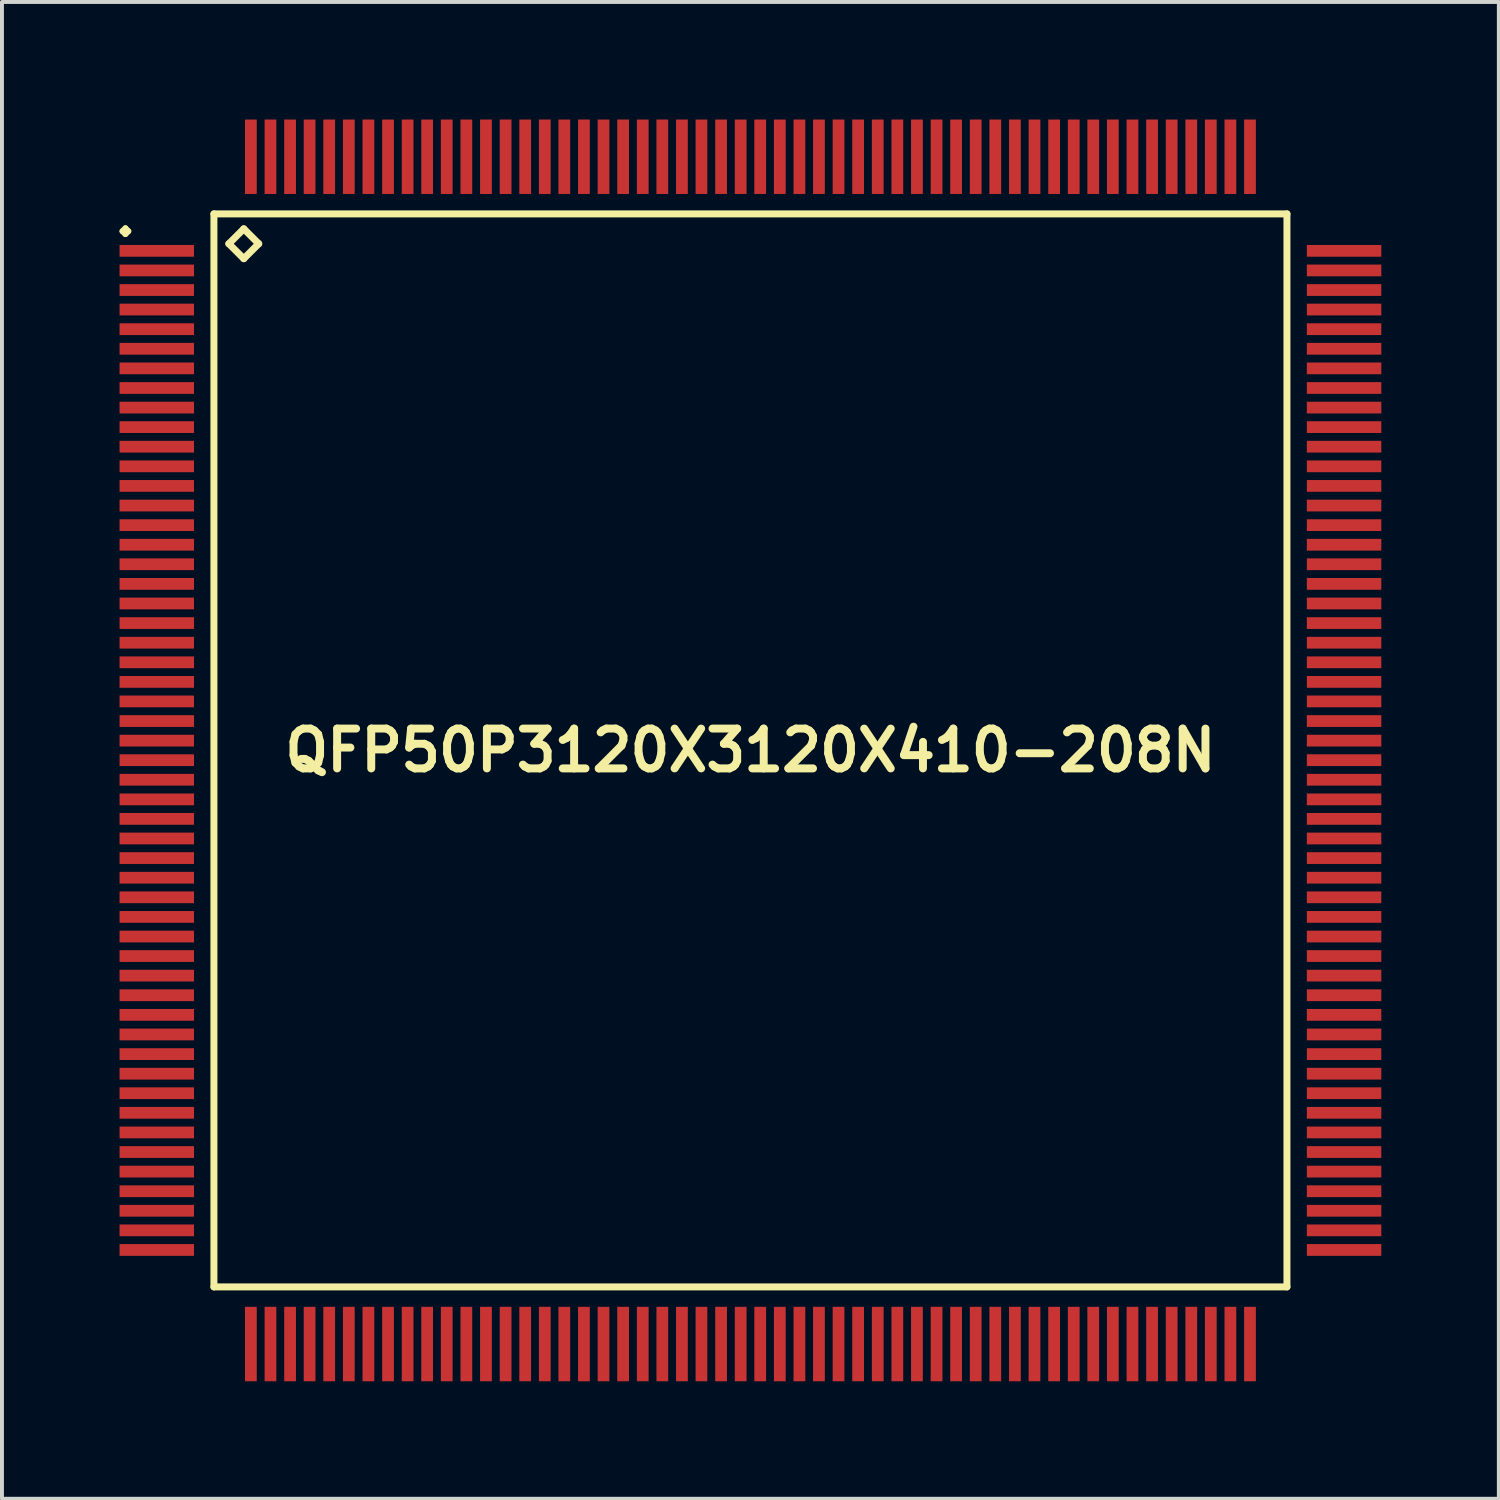
<source format=kicad_pcb>
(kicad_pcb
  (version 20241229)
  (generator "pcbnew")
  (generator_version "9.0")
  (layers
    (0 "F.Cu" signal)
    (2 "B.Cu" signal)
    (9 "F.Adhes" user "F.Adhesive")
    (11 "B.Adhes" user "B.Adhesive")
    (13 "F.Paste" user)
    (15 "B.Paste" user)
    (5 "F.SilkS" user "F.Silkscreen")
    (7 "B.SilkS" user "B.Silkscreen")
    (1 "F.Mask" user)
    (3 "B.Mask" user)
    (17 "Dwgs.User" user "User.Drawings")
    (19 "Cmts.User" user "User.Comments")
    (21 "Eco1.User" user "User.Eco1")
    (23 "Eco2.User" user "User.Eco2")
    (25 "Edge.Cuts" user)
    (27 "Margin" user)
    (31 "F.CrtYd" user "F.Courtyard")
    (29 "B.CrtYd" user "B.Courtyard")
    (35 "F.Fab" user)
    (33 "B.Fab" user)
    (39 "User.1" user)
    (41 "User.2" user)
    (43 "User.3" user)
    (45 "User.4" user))
  (footprint "QFP50P3120X3120X410-208N"
    (layer "F.Cu")
    (at 16.1 16.099)
    (property "Reference" "QFP50P3120X3120X410-208N" (at 0 0 0) (layer "F.SilkS") (effects (font (size 1.016 1.016) (thickness 0.203))))
    (attr smd)
    (fp_line (start -16.025 -13.249) (end -15.949 -13.325) (stroke (width 0.15) (type solid)) (layer "F.SilkS"))
    (fp_line (start -15.949 -13.325) (end -15.875 -13.249) (stroke (width 0.15) (type solid)) (layer "F.SilkS"))
    (fp_line (start -15.949 -13.175) (end -16.025 -13.249) (stroke (width 0.15) (type solid)) (layer "F.SilkS"))
    (fp_line (start -15.875 -13.249) (end -15.949 -13.175) (stroke (width 0.15) (type solid)) (layer "F.SilkS"))
    (fp_line (start -13.691 -13.691) (end -13.691 13.691) (stroke (width 0.178) (type solid)) (layer "F.SilkS"))
    (fp_line (start -13.691 13.691) (end 13.691 13.691) (stroke (width 0.178) (type solid)) (layer "F.SilkS"))
    (fp_line (start -13.31 -12.929) (end -12.929 -13.31) (stroke (width 0.178) (type solid)) (layer "F.SilkS"))
    (fp_line (start -12.929 -13.31) (end -12.548 -12.929) (stroke (width 0.178) (type solid)) (layer "F.SilkS"))
    (fp_line (start -12.929 -12.548) (end -13.31 -12.929) (stroke (width 0.178) (type solid)) (layer "F.SilkS"))
    (fp_line (start -12.548 -12.929) (end -12.929 -12.548) (stroke (width 0.178) (type solid)) (layer "F.SilkS"))
    (fp_line (start 13.691 -13.691) (end -13.691 -13.691) (stroke (width 0.178) (type solid)) (layer "F.SilkS"))
    (fp_line (start 13.691 13.691) (end 13.691 -13.691) (stroke (width 0.178) (type solid)) (layer "F.SilkS"))
    (pad "1" smd rect (at -15.149 -12.748) (size 1.9 0.3) (layers "F.Cu" "F.Mask" "F.Paste"))
    (pad "2" smd rect (at -15.149 -12.248) (size 1.9 0.3) (layers "F.Cu" "F.Mask" "F.Paste"))
    (pad "3" smd rect (at -15.149 -11.748) (size 1.9 0.3) (layers "F.Cu" "F.Mask" "F.Paste"))
    (pad "4" smd rect (at -15.149 -11.25) (size 1.9 0.3) (layers "F.Cu" "F.Mask" "F.Paste"))
    (pad "5" smd rect (at -15.149 -10.749) (size 1.9 0.3) (layers "F.Cu" "F.Mask" "F.Paste"))
    (pad "6" smd rect (at -15.149 -10.249) (size 1.9 0.3) (layers "F.Cu" "F.Mask" "F.Paste"))
    (pad "7" smd rect (at -15.149 -9.749) (size 1.9 0.3) (layers "F.Cu" "F.Mask" "F.Paste"))
    (pad "8" smd rect (at -15.149 -9.248) (size 1.9 0.3) (layers "F.Cu" "F.Mask" "F.Paste"))
    (pad "9" smd rect (at -15.149 -8.748) (size 1.9 0.3) (layers "F.Cu" "F.Mask" "F.Paste"))
    (pad "10" smd rect (at -15.149 -8.25) (size 1.9 0.3) (layers "F.Cu" "F.Mask" "F.Paste"))
    (pad "11" smd rect (at -15.149 -7.75) (size 1.9 0.3) (layers "F.Cu" "F.Mask" "F.Paste"))
    (pad "12" smd rect (at -15.149 -7.249) (size 1.9 0.3) (layers "F.Cu" "F.Mask" "F.Paste"))
    (pad "13" smd rect (at -15.149 -6.749) (size 1.9 0.3) (layers "F.Cu" "F.Mask" "F.Paste"))
    (pad "14" smd rect (at -15.149 -6.248) (size 1.9 0.3) (layers "F.Cu" "F.Mask" "F.Paste"))
    (pad "15" smd rect (at -15.149 -5.748) (size 1.9 0.3) (layers "F.Cu" "F.Mask" "F.Paste"))
    (pad "16" smd rect (at -15.149 -5.248) (size 1.9 0.3) (layers "F.Cu" "F.Mask" "F.Paste"))
    (pad "17" smd rect (at -15.149 -4.75) (size 1.9 0.3) (layers "F.Cu" "F.Mask" "F.Paste"))
    (pad "18" smd rect (at -15.149 -4.249) (size 1.9 0.3) (layers "F.Cu" "F.Mask" "F.Paste"))
    (pad "19" smd rect (at -15.149 -3.749) (size 1.9 0.3) (layers "F.Cu" "F.Mask" "F.Paste"))
    (pad "20" smd rect (at -15.149 -3.249) (size 1.9 0.3) (layers "F.Cu" "F.Mask" "F.Paste"))
    (pad "21" smd rect (at -15.149 -2.748) (size 1.9 0.3) (layers "F.Cu" "F.Mask" "F.Paste"))
    (pad "22" smd rect (at -15.149 -2.248) (size 1.9 0.3) (layers "F.Cu" "F.Mask" "F.Paste"))
    (pad "23" smd rect (at -15.149 -1.748) (size 1.9 0.3) (layers "F.Cu" "F.Mask" "F.Paste"))
    (pad "24" smd rect (at -15.149 -1.25) (size 1.9 0.3) (layers "F.Cu" "F.Mask" "F.Paste"))
    (pad "25" smd rect (at -15.149 -0.749) (size 1.9 0.3) (layers "F.Cu" "F.Mask" "F.Paste"))
    (pad "26" smd rect (at -15.149 -0.249) (size 1.9 0.3) (layers "F.Cu" "F.Mask" "F.Paste"))
    (pad "27" smd rect (at -15.149 0.249) (size 1.9 0.3) (layers "F.Cu" "F.Mask" "F.Paste"))
    (pad "28" smd rect (at -15.149 0.749) (size 1.9 0.3) (layers "F.Cu" "F.Mask" "F.Paste"))
    (pad "29" smd rect (at -15.149 1.25) (size 1.9 0.3) (layers "F.Cu" "F.Mask" "F.Paste"))
    (pad "30" smd rect (at -15.149 1.748) (size 1.9 0.3) (layers "F.Cu" "F.Mask" "F.Paste"))
    (pad "31" smd rect (at -15.149 2.248) (size 1.9 0.3) (layers "F.Cu" "F.Mask" "F.Paste"))
    (pad "32" smd rect (at -15.149 2.748) (size 1.9 0.3) (layers "F.Cu" "F.Mask" "F.Paste"))
    (pad "33" smd rect (at -15.149 3.249) (size 1.9 0.3) (layers "F.Cu" "F.Mask" "F.Paste"))
    (pad "34" smd rect (at -15.149 3.749) (size 1.9 0.3) (layers "F.Cu" "F.Mask" "F.Paste"))
    (pad "35" smd rect (at -15.149 4.249) (size 1.9 0.3) (layers "F.Cu" "F.Mask" "F.Paste"))
    (pad "36" smd rect (at -15.149 4.75) (size 1.9 0.3) (layers "F.Cu" "F.Mask" "F.Paste"))
    (pad "37" smd rect (at -15.149 5.248) (size 1.9 0.3) (layers "F.Cu" "F.Mask" "F.Paste"))
    (pad "38" smd rect (at -15.149 5.748) (size 1.9 0.3) (layers "F.Cu" "F.Mask" "F.Paste"))
    (pad "39" smd rect (at -15.149 6.248) (size 1.9 0.3) (layers "F.Cu" "F.Mask" "F.Paste"))
    (pad "40" smd rect (at -15.149 6.749) (size 1.9 0.3) (layers "F.Cu" "F.Mask" "F.Paste"))
    (pad "41" smd rect (at -15.149 7.249) (size 1.9 0.3) (layers "F.Cu" "F.Mask" "F.Paste"))
    (pad "42" smd rect (at -15.149 7.75) (size 1.9 0.3) (layers "F.Cu" "F.Mask" "F.Paste"))
    (pad "43" smd rect (at -15.149 8.25) (size 1.9 0.3) (layers "F.Cu" "F.Mask" "F.Paste"))
    (pad "44" smd rect (at -15.149 8.748) (size 1.9 0.3) (layers "F.Cu" "F.Mask" "F.Paste"))
    (pad "45" smd rect (at -15.149 9.248) (size 1.9 0.3) (layers "F.Cu" "F.Mask" "F.Paste"))
    (pad "46" smd rect (at -15.149 9.749) (size 1.9 0.3) (layers "F.Cu" "F.Mask" "F.Paste"))
    (pad "47" smd rect (at -15.149 10.249) (size 1.9 0.3) (layers "F.Cu" "F.Mask" "F.Paste"))
    (pad "48" smd rect (at -15.149 10.749) (size 1.9 0.3) (layers "F.Cu" "F.Mask" "F.Paste"))
    (pad "49" smd rect (at -15.149 11.25) (size 1.9 0.3) (layers "F.Cu" "F.Mask" "F.Paste"))
    (pad "50" smd rect (at -15.149 11.748) (size 1.9 0.3) (layers "F.Cu" "F.Mask" "F.Paste"))
    (pad "51" smd rect (at -15.149 12.248) (size 1.9 0.3) (layers "F.Cu" "F.Mask" "F.Paste"))
    (pad "52" smd rect (at -15.149 12.748) (size 1.9 0.3) (layers "F.Cu" "F.Mask" "F.Paste"))
    (pad "53" smd rect (at -12.748 15.149) (size 0.3 1.9) (layers "F.Cu" "F.Mask" "F.Paste"))
    (pad "54" smd rect (at -12.248 15.149) (size 0.3 1.9) (layers "F.Cu" "F.Mask" "F.Paste"))
    (pad "55" smd rect (at -11.748 15.149) (size 0.3 1.9) (layers "F.Cu" "F.Mask" "F.Paste"))
    (pad "56" smd rect (at -11.25 15.149) (size 0.3 1.9) (layers "F.Cu" "F.Mask" "F.Paste"))
    (pad "57" smd rect (at -10.749 15.149) (size 0.3 1.9) (layers "F.Cu" "F.Mask" "F.Paste"))
    (pad "58" smd rect (at -10.249 15.149) (size 0.3 1.9) (layers "F.Cu" "F.Mask" "F.Paste"))
    (pad "59" smd rect (at -9.749 15.149) (size 0.3 1.9) (layers "F.Cu" "F.Mask" "F.Paste"))
    (pad "60" smd rect (at -9.248 15.149) (size 0.3 1.9) (layers "F.Cu" "F.Mask" "F.Paste"))
    (pad "61" smd rect (at -8.748 15.149) (size 0.3 1.9) (layers "F.Cu" "F.Mask" "F.Paste"))
    (pad "62" smd rect (at -8.25 15.149) (size 0.3 1.9) (layers "F.Cu" "F.Mask" "F.Paste"))
    (pad "63" smd rect (at -7.75 15.149) (size 0.3 1.9) (layers "F.Cu" "F.Mask" "F.Paste"))
    (pad "64" smd rect (at -7.249 15.149) (size 0.3 1.9) (layers "F.Cu" "F.Mask" "F.Paste"))
    (pad "65" smd rect (at -6.749 15.149) (size 0.3 1.9) (layers "F.Cu" "F.Mask" "F.Paste"))
    (pad "66" smd rect (at -6.248 15.149) (size 0.3 1.9) (layers "F.Cu" "F.Mask" "F.Paste"))
    (pad "67" smd rect (at -5.748 15.149) (size 0.3 1.9) (layers "F.Cu" "F.Mask" "F.Paste"))
    (pad "68" smd rect (at -5.248 15.149) (size 0.3 1.9) (layers "F.Cu" "F.Mask" "F.Paste"))
    (pad "69" smd rect (at -4.75 15.149) (size 0.3 1.9) (layers "F.Cu" "F.Mask" "F.Paste"))
    (pad "70" smd rect (at -4.249 15.149) (size 0.3 1.9) (layers "F.Cu" "F.Mask" "F.Paste"))
    (pad "71" smd rect (at -3.749 15.149) (size 0.3 1.9) (layers "F.Cu" "F.Mask" "F.Paste"))
    (pad "72" smd rect (at -3.249 15.149) (size 0.3 1.9) (layers "F.Cu" "F.Mask" "F.Paste"))
    (pad "73" smd rect (at -2.748 15.149) (size 0.3 1.9) (layers "F.Cu" "F.Mask" "F.Paste"))
    (pad "74" smd rect (at -2.248 15.149) (size 0.3 1.9) (layers "F.Cu" "F.Mask" "F.Paste"))
    (pad "75" smd rect (at -1.748 15.149) (size 0.3 1.9) (layers "F.Cu" "F.Mask" "F.Paste"))
    (pad "76" smd rect (at -1.25 15.149) (size 0.3 1.9) (layers "F.Cu" "F.Mask" "F.Paste"))
    (pad "77" smd rect (at -0.749 15.149) (size 0.3 1.9) (layers "F.Cu" "F.Mask" "F.Paste"))
    (pad "78" smd rect (at -0.249 15.149) (size 0.3 1.9) (layers "F.Cu" "F.Mask" "F.Paste"))
    (pad "79" smd rect (at 0.249 15.149) (size 0.3 1.9) (layers "F.Cu" "F.Mask" "F.Paste"))
    (pad "80" smd rect (at 0.749 15.149) (size 0.3 1.9) (layers "F.Cu" "F.Mask" "F.Paste"))
    (pad "81" smd rect (at 1.25 15.149) (size 0.3 1.9) (layers "F.Cu" "F.Mask" "F.Paste"))
    (pad "82" smd rect (at 1.748 15.149) (size 0.3 1.9) (layers "F.Cu" "F.Mask" "F.Paste"))
    (pad "83" smd rect (at 2.248 15.149) (size 0.3 1.9) (layers "F.Cu" "F.Mask" "F.Paste"))
    (pad "84" smd rect (at 2.748 15.149) (size 0.3 1.9) (layers "F.Cu" "F.Mask" "F.Paste"))
    (pad "85" smd rect (at 3.249 15.149) (size 0.3 1.9) (layers "F.Cu" "F.Mask" "F.Paste"))
    (pad "86" smd rect (at 3.749 15.149) (size 0.3 1.9) (layers "F.Cu" "F.Mask" "F.Paste"))
    (pad "87" smd rect (at 4.249 15.149) (size 0.3 1.9) (layers "F.Cu" "F.Mask" "F.Paste"))
    (pad "88" smd rect (at 4.75 15.149) (size 0.3 1.9) (layers "F.Cu" "F.Mask" "F.Paste"))
    (pad "89" smd rect (at 5.248 15.149) (size 0.3 1.9) (layers "F.Cu" "F.Mask" "F.Paste"))
    (pad "90" smd rect (at 5.748 15.149) (size 0.3 1.9) (layers "F.Cu" "F.Mask" "F.Paste"))
    (pad "91" smd rect (at 6.248 15.149) (size 0.3 1.9) (layers "F.Cu" "F.Mask" "F.Paste"))
    (pad "92" smd rect (at 6.749 15.149) (size 0.3 1.9) (layers "F.Cu" "F.Mask" "F.Paste"))
    (pad "93" smd rect (at 7.249 15.149) (size 0.3 1.9) (layers "F.Cu" "F.Mask" "F.Paste"))
    (pad "94" smd rect (at 7.75 15.149) (size 0.3 1.9) (layers "F.Cu" "F.Mask" "F.Paste"))
    (pad "95" smd rect (at 8.25 15.149) (size 0.3 1.9) (layers "F.Cu" "F.Mask" "F.Paste"))
    (pad "96" smd rect (at 8.748 15.149) (size 0.3 1.9) (layers "F.Cu" "F.Mask" "F.Paste"))
    (pad "97" smd rect (at 9.248 15.149) (size 0.3 1.9) (layers "F.Cu" "F.Mask" "F.Paste"))
    (pad "98" smd rect (at 9.749 15.149) (size 0.3 1.9) (layers "F.Cu" "F.Mask" "F.Paste"))
    (pad "99" smd rect (at 10.249 15.149) (size 0.3 1.9) (layers "F.Cu" "F.Mask" "F.Paste"))
    (pad "100" smd rect (at 10.749 15.149) (size 0.3 1.9) (layers "F.Cu" "F.Mask" "F.Paste"))
    (pad "101" smd rect (at 11.25 15.149) (size 0.3 1.9) (layers "F.Cu" "F.Mask" "F.Paste"))
    (pad "102" smd rect (at 11.748 15.149) (size 0.3 1.9) (layers "F.Cu" "F.Mask" "F.Paste"))
    (pad "103" smd rect (at 12.248 15.149) (size 0.3 1.9) (layers "F.Cu" "F.Mask" "F.Paste"))
    (pad "104" smd rect (at 12.748 15.149) (size 0.3 1.9) (layers "F.Cu" "F.Mask" "F.Paste"))
    (pad "105" smd rect (at 15.149 12.748) (size 1.9 0.3) (layers "F.Cu" "F.Mask" "F.Paste"))
    (pad "106" smd rect (at 15.149 12.248) (size 1.9 0.3) (layers "F.Cu" "F.Mask" "F.Paste"))
    (pad "107" smd rect (at 15.149 11.748) (size 1.9 0.3) (layers "F.Cu" "F.Mask" "F.Paste"))
    (pad "108" smd rect (at 15.149 11.25) (size 1.9 0.3) (layers "F.Cu" "F.Mask" "F.Paste"))
    (pad "109" smd rect (at 15.149 10.749) (size 1.9 0.3) (layers "F.Cu" "F.Mask" "F.Paste"))
    (pad "110" smd rect (at 15.149 10.249) (size 1.9 0.3) (layers "F.Cu" "F.Mask" "F.Paste"))
    (pad "111" smd rect (at 15.149 9.749) (size 1.9 0.3) (layers "F.Cu" "F.Mask" "F.Paste"))
    (pad "112" smd rect (at 15.149 9.248) (size 1.9 0.3) (layers "F.Cu" "F.Mask" "F.Paste"))
    (pad "113" smd rect (at 15.149 8.748) (size 1.9 0.3) (layers "F.Cu" "F.Mask" "F.Paste"))
    (pad "114" smd rect (at 15.149 8.25) (size 1.9 0.3) (layers "F.Cu" "F.Mask" "F.Paste"))
    (pad "115" smd rect (at 15.149 7.75) (size 1.9 0.3) (layers "F.Cu" "F.Mask" "F.Paste"))
    (pad "116" smd rect (at 15.149 7.249) (size 1.9 0.3) (layers "F.Cu" "F.Mask" "F.Paste"))
    (pad "117" smd rect (at 15.149 6.749) (size 1.9 0.3) (layers "F.Cu" "F.Mask" "F.Paste"))
    (pad "118" smd rect (at 15.149 6.248) (size 1.9 0.3) (layers "F.Cu" "F.Mask" "F.Paste"))
    (pad "119" smd rect (at 15.149 5.748) (size 1.9 0.3) (layers "F.Cu" "F.Mask" "F.Paste"))
    (pad "120" smd rect (at 15.149 5.248) (size 1.9 0.3) (layers "F.Cu" "F.Mask" "F.Paste"))
    (pad "121" smd rect (at 15.149 4.75) (size 1.9 0.3) (layers "F.Cu" "F.Mask" "F.Paste"))
    (pad "122" smd rect (at 15.149 4.249) (size 1.9 0.3) (layers "F.Cu" "F.Mask" "F.Paste"))
    (pad "123" smd rect (at 15.149 3.749) (size 1.9 0.3) (layers "F.Cu" "F.Mask" "F.Paste"))
    (pad "124" smd rect (at 15.149 3.249) (size 1.9 0.3) (layers "F.Cu" "F.Mask" "F.Paste"))
    (pad "125" smd rect (at 15.149 2.748) (size 1.9 0.3) (layers "F.Cu" "F.Mask" "F.Paste"))
    (pad "126" smd rect (at 15.149 2.248) (size 1.9 0.3) (layers "F.Cu" "F.Mask" "F.Paste"))
    (pad "127" smd rect (at 15.149 1.748) (size 1.9 0.3) (layers "F.Cu" "F.Mask" "F.Paste"))
    (pad "128" smd rect (at 15.149 1.25) (size 1.9 0.3) (layers "F.Cu" "F.Mask" "F.Paste"))
    (pad "129" smd rect (at 15.149 0.749) (size 1.9 0.3) (layers "F.Cu" "F.Mask" "F.Paste"))
    (pad "130" smd rect (at 15.149 0.249) (size 1.9 0.3) (layers "F.Cu" "F.Mask" "F.Paste"))
    (pad "131" smd rect (at 15.149 -0.249) (size 1.9 0.3) (layers "F.Cu" "F.Mask" "F.Paste"))
    (pad "132" smd rect (at 15.149 -0.749) (size 1.9 0.3) (layers "F.Cu" "F.Mask" "F.Paste"))
    (pad "133" smd rect (at 15.149 -1.25) (size 1.9 0.3) (layers "F.Cu" "F.Mask" "F.Paste"))
    (pad "134" smd rect (at 15.149 -1.748) (size 1.9 0.3) (layers "F.Cu" "F.Mask" "F.Paste"))
    (pad "135" smd rect (at 15.149 -2.248) (size 1.9 0.3) (layers "F.Cu" "F.Mask" "F.Paste"))
    (pad "136" smd rect (at 15.149 -2.748) (size 1.9 0.3) (layers "F.Cu" "F.Mask" "F.Paste"))
    (pad "137" smd rect (at 15.149 -3.249) (size 1.9 0.3) (layers "F.Cu" "F.Mask" "F.Paste"))
    (pad "138" smd rect (at 15.149 -3.749) (size 1.9 0.3) (layers "F.Cu" "F.Mask" "F.Paste"))
    (pad "139" smd rect (at 15.149 -4.249) (size 1.9 0.3) (layers "F.Cu" "F.Mask" "F.Paste"))
    (pad "140" smd rect (at 15.149 -4.75) (size 1.9 0.3) (layers "F.Cu" "F.Mask" "F.Paste"))
    (pad "141" smd rect (at 15.149 -5.248) (size 1.9 0.3) (layers "F.Cu" "F.Mask" "F.Paste"))
    (pad "142" smd rect (at 15.149 -5.748) (size 1.9 0.3) (layers "F.Cu" "F.Mask" "F.Paste"))
    (pad "143" smd rect (at 15.149 -6.248) (size 1.9 0.3) (layers "F.Cu" "F.Mask" "F.Paste"))
    (pad "144" smd rect (at 15.149 -6.749) (size 1.9 0.3) (layers "F.Cu" "F.Mask" "F.Paste"))
    (pad "145" smd rect (at 15.149 -7.249) (size 1.9 0.3) (layers "F.Cu" "F.Mask" "F.Paste"))
    (pad "146" smd rect (at 15.149 -7.75) (size 1.9 0.3) (layers "F.Cu" "F.Mask" "F.Paste"))
    (pad "147" smd rect (at 15.149 -8.25) (size 1.9 0.3) (layers "F.Cu" "F.Mask" "F.Paste"))
    (pad "148" smd rect (at 15.149 -8.748) (size 1.9 0.3) (layers "F.Cu" "F.Mask" "F.Paste"))
    (pad "149" smd rect (at 15.149 -9.248) (size 1.9 0.3) (layers "F.Cu" "F.Mask" "F.Paste"))
    (pad "150" smd rect (at 15.149 -9.749) (size 1.9 0.3) (layers "F.Cu" "F.Mask" "F.Paste"))
    (pad "151" smd rect (at 15.149 -10.249) (size 1.9 0.3) (layers "F.Cu" "F.Mask" "F.Paste"))
    (pad "152" smd rect (at 15.149 -10.749) (size 1.9 0.3) (layers "F.Cu" "F.Mask" "F.Paste"))
    (pad "153" smd rect (at 15.149 -11.25) (size 1.9 0.3) (layers "F.Cu" "F.Mask" "F.Paste"))
    (pad "154" smd rect (at 15.149 -11.748) (size 1.9 0.3) (layers "F.Cu" "F.Mask" "F.Paste"))
    (pad "155" smd rect (at 15.149 -12.248) (size 1.9 0.3) (layers "F.Cu" "F.Mask" "F.Paste"))
    (pad "156" smd rect (at 15.149 -12.748) (size 1.9 0.3) (layers "F.Cu" "F.Mask" "F.Paste"))
    (pad "157" smd rect (at 12.748 -15.149) (size 0.3 1.9) (layers "F.Cu" "F.Mask" "F.Paste"))
    (pad "158" smd rect (at 12.248 -15.149) (size 0.3 1.9) (layers "F.Cu" "F.Mask" "F.Paste"))
    (pad "159" smd rect (at 11.748 -15.149) (size 0.3 1.9) (layers "F.Cu" "F.Mask" "F.Paste"))
    (pad "160" smd rect (at 11.25 -15.149) (size 0.3 1.9) (layers "F.Cu" "F.Mask" "F.Paste"))
    (pad "161" smd rect (at 10.749 -15.149) (size 0.3 1.9) (layers "F.Cu" "F.Mask" "F.Paste"))
    (pad "162" smd rect (at 10.249 -15.149) (size 0.3 1.9) (layers "F.Cu" "F.Mask" "F.Paste"))
    (pad "163" smd rect (at 9.749 -15.149) (size 0.3 1.9) (layers "F.Cu" "F.Mask" "F.Paste"))
    (pad "164" smd rect (at 9.248 -15.149) (size 0.3 1.9) (layers "F.Cu" "F.Mask" "F.Paste"))
    (pad "165" smd rect (at 8.748 -15.149) (size 0.3 1.9) (layers "F.Cu" "F.Mask" "F.Paste"))
    (pad "166" smd rect (at 8.25 -15.149) (size 0.3 1.9) (layers "F.Cu" "F.Mask" "F.Paste"))
    (pad "167" smd rect (at 7.75 -15.149) (size 0.3 1.9) (layers "F.Cu" "F.Mask" "F.Paste"))
    (pad "168" smd rect (at 7.249 -15.149) (size 0.3 1.9) (layers "F.Cu" "F.Mask" "F.Paste"))
    (pad "169" smd rect (at 6.749 -15.149) (size 0.3 1.9) (layers "F.Cu" "F.Mask" "F.Paste"))
    (pad "170" smd rect (at 6.248 -15.149) (size 0.3 1.9) (layers "F.Cu" "F.Mask" "F.Paste"))
    (pad "171" smd rect (at 5.748 -15.149) (size 0.3 1.9) (layers "F.Cu" "F.Mask" "F.Paste"))
    (pad "172" smd rect (at 5.248 -15.149) (size 0.3 1.9) (layers "F.Cu" "F.Mask" "F.Paste"))
    (pad "173" smd rect (at 4.75 -15.149) (size 0.3 1.9) (layers "F.Cu" "F.Mask" "F.Paste"))
    (pad "174" smd rect (at 4.249 -15.149) (size 0.3 1.9) (layers "F.Cu" "F.Mask" "F.Paste"))
    (pad "175" smd rect (at 3.749 -15.149) (size 0.3 1.9) (layers "F.Cu" "F.Mask" "F.Paste"))
    (pad "176" smd rect (at 3.249 -15.149) (size 0.3 1.9) (layers "F.Cu" "F.Mask" "F.Paste"))
    (pad "177" smd rect (at 2.748 -15.149) (size 0.3 1.9) (layers "F.Cu" "F.Mask" "F.Paste"))
    (pad "178" smd rect (at 2.248 -15.149) (size 0.3 1.9) (layers "F.Cu" "F.Mask" "F.Paste"))
    (pad "179" smd rect (at 1.748 -15.149) (size 0.3 1.9) (layers "F.Cu" "F.Mask" "F.Paste"))
    (pad "180" smd rect (at 1.25 -15.149) (size 0.3 1.9) (layers "F.Cu" "F.Mask" "F.Paste"))
    (pad "181" smd rect (at 0.749 -15.149) (size 0.3 1.9) (layers "F.Cu" "F.Mask" "F.Paste"))
    (pad "182" smd rect (at 0.249 -15.149) (size 0.3 1.9) (layers "F.Cu" "F.Mask" "F.Paste"))
    (pad "183" smd rect (at -0.249 -15.149) (size 0.3 1.9) (layers "F.Cu" "F.Mask" "F.Paste"))
    (pad "184" smd rect (at -0.749 -15.149) (size 0.3 1.9) (layers "F.Cu" "F.Mask" "F.Paste"))
    (pad "185" smd rect (at -1.25 -15.149) (size 0.3 1.9) (layers "F.Cu" "F.Mask" "F.Paste"))
    (pad "186" smd rect (at -1.748 -15.149) (size 0.3 1.9) (layers "F.Cu" "F.Mask" "F.Paste"))
    (pad "187" smd rect (at -2.248 -15.149) (size 0.3 1.9) (layers "F.Cu" "F.Mask" "F.Paste"))
    (pad "188" smd rect (at -2.748 -15.149) (size 0.3 1.9) (layers "F.Cu" "F.Mask" "F.Paste"))
    (pad "189" smd rect (at -3.249 -15.149) (size 0.3 1.9) (layers "F.Cu" "F.Mask" "F.Paste"))
    (pad "190" smd rect (at -3.749 -15.149) (size 0.3 1.9) (layers "F.Cu" "F.Mask" "F.Paste"))
    (pad "191" smd rect (at -4.249 -15.149) (size 0.3 1.9) (layers "F.Cu" "F.Mask" "F.Paste"))
    (pad "192" smd rect (at -4.75 -15.149) (size 0.3 1.9) (layers "F.Cu" "F.Mask" "F.Paste"))
    (pad "193" smd rect (at -5.248 -15.149) (size 0.3 1.9) (layers "F.Cu" "F.Mask" "F.Paste"))
    (pad "194" smd rect (at -5.748 -15.149) (size 0.3 1.9) (layers "F.Cu" "F.Mask" "F.Paste"))
    (pad "195" smd rect (at -6.248 -15.149) (size 0.3 1.9) (layers "F.Cu" "F.Mask" "F.Paste"))
    (pad "196" smd rect (at -6.749 -15.149) (size 0.3 1.9) (layers "F.Cu" "F.Mask" "F.Paste"))
    (pad "197" smd rect (at -7.249 -15.149) (size 0.3 1.9) (layers "F.Cu" "F.Mask" "F.Paste"))
    (pad "198" smd rect (at -7.75 -15.149) (size 0.3 1.9) (layers "F.Cu" "F.Mask" "F.Paste"))
    (pad "199" smd rect (at -8.25 -15.149) (size 0.3 1.9) (layers "F.Cu" "F.Mask" "F.Paste"))
    (pad "200" smd rect (at -8.748 -15.149) (size 0.3 1.9) (layers "F.Cu" "F.Mask" "F.Paste"))
    (pad "201" smd rect (at -9.248 -15.149) (size 0.3 1.9) (layers "F.Cu" "F.Mask" "F.Paste"))
    (pad "202" smd rect (at -9.749 -15.149) (size 0.3 1.9) (layers "F.Cu" "F.Mask" "F.Paste"))
    (pad "203" smd rect (at -10.249 -15.149) (size 0.3 1.9) (layers "F.Cu" "F.Mask" "F.Paste"))
    (pad "204" smd rect (at -10.749 -15.149) (size 0.3 1.9) (layers "F.Cu" "F.Mask" "F.Paste"))
    (pad "205" smd rect (at -11.25 -15.149) (size 0.3 1.9) (layers "F.Cu" "F.Mask" "F.Paste"))
    (pad "206" smd rect (at -11.748 -15.149) (size 0.3 1.9) (layers "F.Cu" "F.Mask" "F.Paste"))
    (pad "207" smd rect (at -12.248 -15.149) (size 0.3 1.9) (layers "F.Cu" "F.Mask" "F.Paste"))
    (pad "208" smd rect (at -12.748 -15.149) (size 0.3 1.9) (layers "F.Cu" "F.Mask" "F.Paste")))
  (gr_rect
    (start -3 -3)
    (end 35.198 35.197)
    (stroke (width 0.1) (type default))
    (fill no)
    (layer "Edge.Cuts")))
</source>
